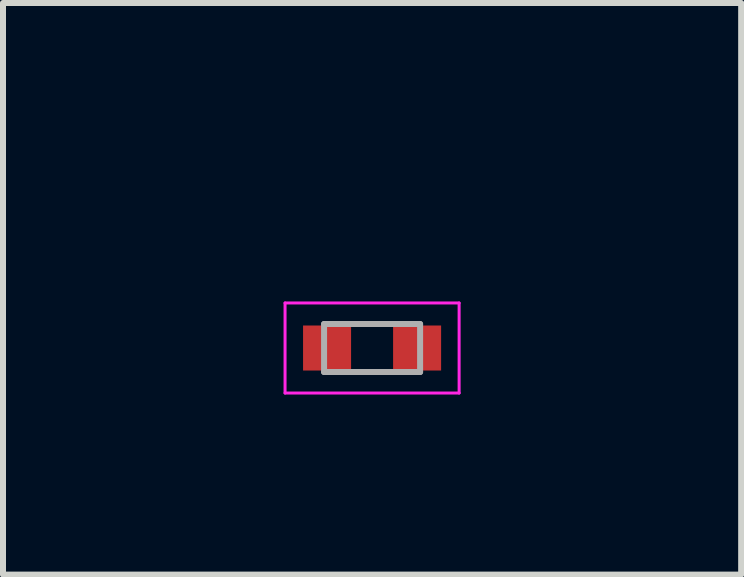
<source format=kicad_pcb>
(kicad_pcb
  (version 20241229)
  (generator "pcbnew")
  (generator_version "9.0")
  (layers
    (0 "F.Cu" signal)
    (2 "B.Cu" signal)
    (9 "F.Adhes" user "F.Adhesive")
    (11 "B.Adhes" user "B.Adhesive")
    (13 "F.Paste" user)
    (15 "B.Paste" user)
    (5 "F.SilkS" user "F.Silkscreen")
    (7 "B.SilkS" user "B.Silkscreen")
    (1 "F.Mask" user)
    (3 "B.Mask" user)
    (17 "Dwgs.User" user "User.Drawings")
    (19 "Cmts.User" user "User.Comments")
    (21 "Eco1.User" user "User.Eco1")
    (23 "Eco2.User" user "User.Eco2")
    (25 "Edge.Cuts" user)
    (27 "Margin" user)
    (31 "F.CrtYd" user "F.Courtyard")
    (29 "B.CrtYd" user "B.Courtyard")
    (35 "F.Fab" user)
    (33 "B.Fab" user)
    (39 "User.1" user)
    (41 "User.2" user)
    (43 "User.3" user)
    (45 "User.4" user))
  (footprint "C-0603"
    (layer "F.Cu")
    (at 3.149 2.748)
    (property "Reference" "C-0603" (at 0 -1.9 0) (layer "F.Mask") (effects (font (size 1 1) (thickness 0.15))))
    (attr smd)
    (fp_line (start -1.45 -0.75) (end -1.45 0.75) (stroke (width 0.05) (type solid)) (layer "F.CrtYd"))
    (fp_line (start -1.45 -0.75) (end 1.45 -0.75) (stroke (width 0.05) (type solid)) (layer "F.CrtYd"))
    (fp_line (start -1.45 0.75) (end 1.45 0.75) (stroke (width 0.05) (type solid)) (layer "F.CrtYd"))
    (fp_line (start 1.45 -0.75) (end 1.45 0.75) (stroke (width 0.05) (type solid)) (layer "F.CrtYd"))
    (fp_line (start -0.8 -0.4) (end 0.8 -0.4) (stroke (width 0.1) (type solid)) (layer "F.Fab"))
    (fp_line (start -0.8 0.4) (end -0.8 -0.4) (stroke (width 0.1) (type solid)) (layer "F.Fab"))
    (fp_line (start 0.8 -0.4) (end 0.8 0.4) (stroke (width 0.1) (type solid)) (layer "F.Fab"))
    (fp_line (start 0.8 0.4) (end -0.8 0.4) (stroke (width 0.1) (type solid)) (layer "F.Fab"))
    (pad "1" smd rect (at -0.75 0) (size 0.8 0.75) (layers "F.Cu" "F.Mask" "F.Paste"))
    (pad "2" smd rect (at 0.75 0) (size 0.8 0.75) (layers "F.Cu" "F.Mask" "F.Paste")))
  (gr_rect
    (start -3 -3)
    (end 9.298 6.523)
    (stroke (width 0.1) (type default))
    (fill no)
    (layer "Edge.Cuts")))
</source>
